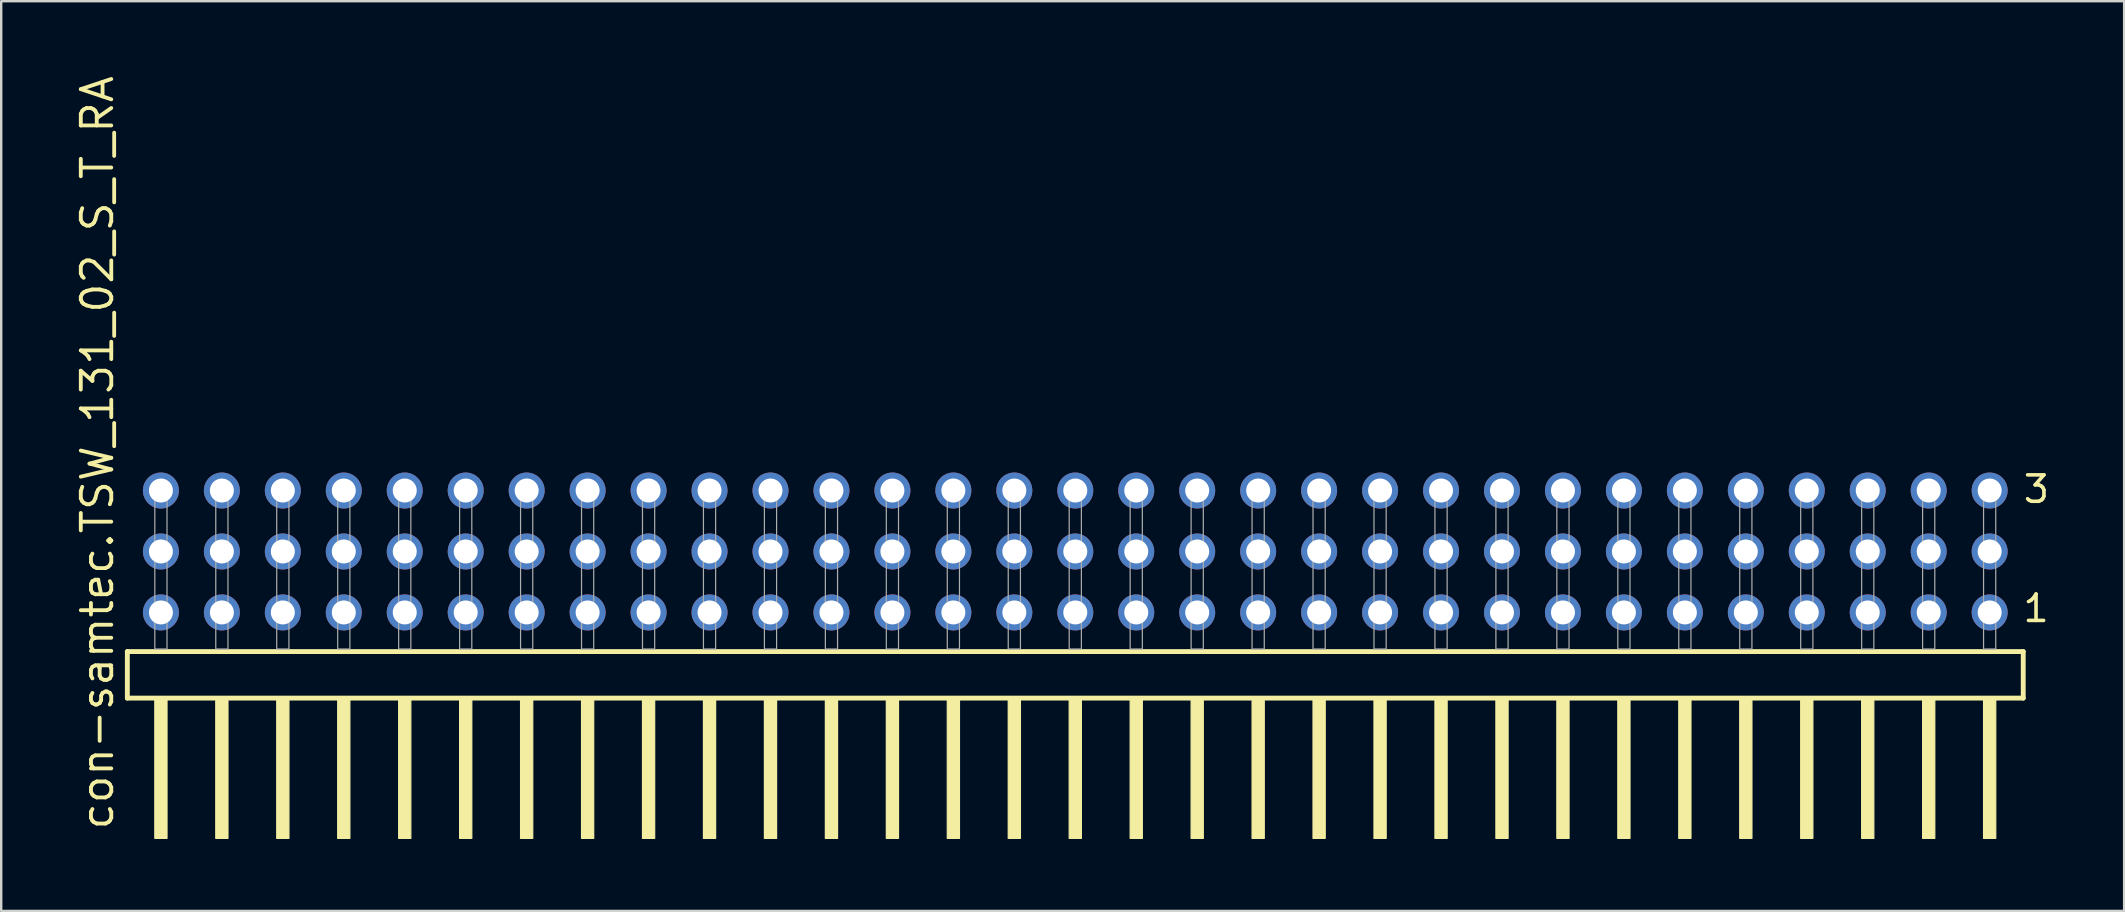
<source format=kicad_pcb>
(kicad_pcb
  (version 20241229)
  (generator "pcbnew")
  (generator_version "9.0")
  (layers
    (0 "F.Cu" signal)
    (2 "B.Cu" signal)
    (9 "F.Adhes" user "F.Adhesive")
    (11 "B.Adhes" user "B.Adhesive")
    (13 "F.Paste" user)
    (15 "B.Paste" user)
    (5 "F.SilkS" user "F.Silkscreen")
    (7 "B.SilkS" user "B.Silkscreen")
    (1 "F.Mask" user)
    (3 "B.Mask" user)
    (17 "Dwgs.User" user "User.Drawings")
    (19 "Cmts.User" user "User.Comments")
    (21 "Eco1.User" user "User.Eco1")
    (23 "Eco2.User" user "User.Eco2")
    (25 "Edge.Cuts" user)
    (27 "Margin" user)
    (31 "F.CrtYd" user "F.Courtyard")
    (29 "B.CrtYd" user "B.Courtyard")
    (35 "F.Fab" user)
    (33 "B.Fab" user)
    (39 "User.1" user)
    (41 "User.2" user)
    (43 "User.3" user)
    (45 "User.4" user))
  (footprint "con-samtec.TSW_131_02_S_T_RA"
    (layer "F.Cu")
    (at 41.755 23.993)
    (property "Reference" "con-samtec.TSW_131_02_S_T_RA" (at -40.005 7.62 90) (layer "F.SilkS") (effects (font (size 1.27 1.27) (thickness 0.16)) (justify left bottom)))
    (attr through_hole)
    (fp_line (start -39.499 0.106) (end -39.499 2.046) (stroke (width 0.203) (type default)) (layer "F.SilkS"))
    (fp_line (start -39.499 2.046) (end 39.499 2.046) (stroke (width 0.203) (type default)) (layer "F.SilkS"))
    (fp_line (start 39.499 0.106) (end -39.499 0.106) (stroke (width 0.203) (type default)) (layer "F.SilkS"))
    (fp_line (start 39.499 2.046) (end 39.499 0.106) (stroke (width 0.203) (type default)) (layer "F.SilkS"))
    (fp_rect (start -38.354 7.89) (end -37.846 2.04) (stroke (width 0.05) (type default)) (fill yes) (layer "F.SilkS"))
    (fp_rect (start -35.814 7.89) (end -35.306 2.04) (stroke (width 0.05) (type default)) (fill yes) (layer "F.SilkS"))
    (fp_rect (start -33.274 7.89) (end -32.766 2.04) (stroke (width 0.05) (type default)) (fill yes) (layer "F.SilkS"))
    (fp_rect (start -30.734 7.89) (end -30.226 2.04) (stroke (width 0.05) (type default)) (fill yes) (layer "F.SilkS"))
    (fp_rect (start -28.194 7.89) (end -27.686 2.04) (stroke (width 0.05) (type default)) (fill yes) (layer "F.SilkS"))
    (fp_rect (start -25.654 7.89) (end -25.146 2.04) (stroke (width 0.05) (type default)) (fill yes) (layer "F.SilkS"))
    (fp_rect (start -23.114 7.89) (end -22.606 2.04) (stroke (width 0.05) (type default)) (fill yes) (layer "F.SilkS"))
    (fp_rect (start -20.574 7.89) (end -20.066 2.04) (stroke (width 0.05) (type default)) (fill yes) (layer "F.SilkS"))
    (fp_rect (start -18.034 7.89) (end -17.526 2.04) (stroke (width 0.05) (type default)) (fill yes) (layer "F.SilkS"))
    (fp_rect (start -15.494 7.89) (end -14.986 2.04) (stroke (width 0.05) (type default)) (fill yes) (layer "F.SilkS"))
    (fp_rect (start -12.954 7.89) (end -12.446 2.04) (stroke (width 0.05) (type default)) (fill yes) (layer "F.SilkS"))
    (fp_rect (start -10.414 7.89) (end -9.906 2.04) (stroke (width 0.05) (type default)) (fill yes) (layer "F.SilkS"))
    (fp_rect (start -7.874 7.89) (end -7.366 2.04) (stroke (width 0.05) (type default)) (fill yes) (layer "F.SilkS"))
    (fp_rect (start -5.334 7.89) (end -4.826 2.04) (stroke (width 0.05) (type default)) (fill yes) (layer "F.SilkS"))
    (fp_rect (start -2.794 7.89) (end -2.286 2.04) (stroke (width 0.05) (type default)) (fill yes) (layer "F.SilkS"))
    (fp_rect (start -0.254 7.89) (end 0.254 2.04) (stroke (width 0.05) (type default)) (fill yes) (layer "F.SilkS"))
    (fp_rect (start 2.286 7.89) (end 2.794 2.04) (stroke (width 0.05) (type default)) (fill yes) (layer "F.SilkS"))
    (fp_rect (start 4.826 7.89) (end 5.334 2.04) (stroke (width 0.05) (type default)) (fill yes) (layer "F.SilkS"))
    (fp_rect (start 7.366 7.89) (end 7.874 2.04) (stroke (width 0.05) (type default)) (fill yes) (layer "F.SilkS"))
    (fp_rect (start 9.906 7.89) (end 10.414 2.04) (stroke (width 0.05) (type default)) (fill yes) (layer "F.SilkS"))
    (fp_rect (start 12.446 7.89) (end 12.954 2.04) (stroke (width 0.05) (type default)) (fill yes) (layer "F.SilkS"))
    (fp_rect (start 14.986 7.89) (end 15.494 2.04) (stroke (width 0.05) (type default)) (fill yes) (layer "F.SilkS"))
    (fp_rect (start 17.526 7.89) (end 18.034 2.04) (stroke (width 0.05) (type default)) (fill yes) (layer "F.SilkS"))
    (fp_rect (start 20.066 7.89) (end 20.574 2.04) (stroke (width 0.05) (type default)) (fill yes) (layer "F.SilkS"))
    (fp_rect (start 22.606 7.89) (end 23.114 2.04) (stroke (width 0.05) (type default)) (fill yes) (layer "F.SilkS"))
    (fp_rect (start 25.146 7.89) (end 25.654 2.04) (stroke (width 0.05) (type default)) (fill yes) (layer "F.SilkS"))
    (fp_rect (start 27.686 7.89) (end 28.194 2.04) (stroke (width 0.05) (type default)) (fill yes) (layer "F.SilkS"))
    (fp_rect (start 30.226 7.89) (end 30.734 2.04) (stroke (width 0.05) (type default)) (fill yes) (layer "F.SilkS"))
    (fp_rect (start 32.766 7.89) (end 33.274 2.04) (stroke (width 0.05) (type default)) (fill yes) (layer "F.SilkS"))
    (fp_rect (start 35.306 7.89) (end 35.814 2.04) (stroke (width 0.05) (type default)) (fill yes) (layer "F.SilkS"))
    (fp_rect (start 37.846 7.89) (end 38.354 2.04) (stroke (width 0.05) (type default)) (fill yes) (layer "F.SilkS"))
    (fp_rect (start -38.354 0) (end -37.846 -6.858) (stroke (width 0.05) (type default)) (fill no) (layer "F.Fab"))
    (fp_rect (start -35.814 0) (end -35.306 -6.858) (stroke (width 0.05) (type default)) (fill no) (layer "F.Fab"))
    (fp_rect (start -33.274 0) (end -32.766 -6.858) (stroke (width 0.05) (type default)) (fill no) (layer "F.Fab"))
    (fp_rect (start -30.734 0) (end -30.226 -6.858) (stroke (width 0.05) (type default)) (fill no) (layer "F.Fab"))
    (fp_rect (start -28.194 0) (end -27.686 -6.858) (stroke (width 0.05) (type default)) (fill no) (layer "F.Fab"))
    (fp_rect (start -25.654 0) (end -25.146 -6.858) (stroke (width 0.05) (type default)) (fill no) (layer "F.Fab"))
    (fp_rect (start -23.114 0) (end -22.606 -6.858) (stroke (width 0.05) (type default)) (fill no) (layer "F.Fab"))
    (fp_rect (start -20.574 0) (end -20.066 -6.858) (stroke (width 0.05) (type default)) (fill no) (layer "F.Fab"))
    (fp_rect (start -18.034 0) (end -17.526 -6.858) (stroke (width 0.05) (type default)) (fill no) (layer "F.Fab"))
    (fp_rect (start -15.494 0) (end -14.986 -6.858) (stroke (width 0.05) (type default)) (fill no) (layer "F.Fab"))
    (fp_rect (start -12.954 0) (end -12.446 -6.858) (stroke (width 0.05) (type default)) (fill no) (layer "F.Fab"))
    (fp_rect (start -10.414 0) (end -9.906 -6.858) (stroke (width 0.05) (type default)) (fill no) (layer "F.Fab"))
    (fp_rect (start -7.874 0) (end -7.366 -6.858) (stroke (width 0.05) (type default)) (fill no) (layer "F.Fab"))
    (fp_rect (start -5.334 0) (end -4.826 -6.858) (stroke (width 0.05) (type default)) (fill no) (layer "F.Fab"))
    (fp_rect (start -2.794 0) (end -2.286 -6.858) (stroke (width 0.05) (type default)) (fill no) (layer "F.Fab"))
    (fp_rect (start -0.254 0) (end 0.254 -6.858) (stroke (width 0.05) (type default)) (fill no) (layer "F.Fab"))
    (fp_rect (start 2.286 0) (end 2.794 -6.858) (stroke (width 0.05) (type default)) (fill no) (layer "F.Fab"))
    (fp_rect (start 4.826 0) (end 5.334 -6.858) (stroke (width 0.05) (type default)) (fill no) (layer "F.Fab"))
    (fp_rect (start 7.366 0) (end 7.874 -6.858) (stroke (width 0.05) (type default)) (fill no) (layer "F.Fab"))
    (fp_rect (start 9.906 0) (end 10.414 -6.858) (stroke (width 0.05) (type default)) (fill no) (layer "F.Fab"))
    (fp_rect (start 12.446 0) (end 12.954 -6.858) (stroke (width 0.05) (type default)) (fill no) (layer "F.Fab"))
    (fp_rect (start 14.986 0) (end 15.494 -6.858) (stroke (width 0.05) (type default)) (fill no) (layer "F.Fab"))
    (fp_rect (start 17.526 0) (end 18.034 -6.858) (stroke (width 0.05) (type default)) (fill no) (layer "F.Fab"))
    (fp_rect (start 20.066 0) (end 20.574 -6.858) (stroke (width 0.05) (type default)) (fill no) (layer "F.Fab"))
    (fp_rect (start 22.606 0) (end 23.114 -6.858) (stroke (width 0.05) (type default)) (fill no) (layer "F.Fab"))
    (fp_rect (start 25.146 0) (end 25.654 -6.858) (stroke (width 0.05) (type default)) (fill no) (layer "F.Fab"))
    (fp_rect (start 27.686 0) (end 28.194 -6.858) (stroke (width 0.05) (type default)) (fill no) (layer "F.Fab"))
    (fp_rect (start 30.226 0) (end 30.734 -6.858) (stroke (width 0.05) (type default)) (fill no) (layer "F.Fab"))
    (fp_rect (start 32.766 0) (end 33.274 -6.858) (stroke (width 0.05) (type default)) (fill no) (layer "F.Fab"))
    (fp_rect (start 35.306 0) (end 35.814 -6.858) (stroke (width 0.05) (type default)) (fill no) (layer "F.Fab"))
    (fp_rect (start 37.846 0) (end 38.354 -6.858) (stroke (width 0.05) (type default)) (fill no) (layer "F.Fab"))
    (fp_text user "1" (at 39.41 -1.05 0) (layer "F.SilkS") (effects (font (size 1.1 1.1) (thickness 0.15)) (justify left bottom)))
    (fp_text user "3" (at 39.425 -6.015 0) (layer "F.SilkS") (effects (font (size 1.1 1.1) (thickness 0.15)) (justify left bottom)))
    (pad "1" thru_hole circle (at 38.1 -1.524 180) (size 1.5 1.5) (drill 1) (layers "*.Cu" "*.Mask"))
    (pad "2" thru_hole circle (at 38.1 -4.064 180) (size 1.5 1.5) (drill 1) (layers "*.Cu" "*.Mask"))
    (pad "3" thru_hole circle (at 38.1 -6.604 180) (size 1.5 1.5) (drill 1) (layers "*.Cu" "*.Mask"))
    (pad "4" thru_hole circle (at 35.56 -1.524 180) (size 1.5 1.5) (drill 1) (layers "*.Cu" "*.Mask"))
    (pad "5" thru_hole circle (at 35.56 -4.064 180) (size 1.5 1.5) (drill 1) (layers "*.Cu" "*.Mask"))
    (pad "6" thru_hole circle (at 35.56 -6.604 180) (size 1.5 1.5) (drill 1) (layers "*.Cu" "*.Mask"))
    (pad "7" thru_hole circle (at 33.02 -1.524 180) (size 1.5 1.5) (drill 1) (layers "*.Cu" "*.Mask"))
    (pad "8" thru_hole circle (at 33.02 -4.064 180) (size 1.5 1.5) (drill 1) (layers "*.Cu" "*.Mask"))
    (pad "9" thru_hole circle (at 33.02 -6.604 180) (size 1.5 1.5) (drill 1) (layers "*.Cu" "*.Mask"))
    (pad "10" thru_hole circle (at 30.48 -1.524 180) (size 1.5 1.5) (drill 1) (layers "*.Cu" "*.Mask"))
    (pad "11" thru_hole circle (at 30.48 -4.064 180) (size 1.5 1.5) (drill 1) (layers "*.Cu" "*.Mask"))
    (pad "12" thru_hole circle (at 30.48 -6.604 180) (size 1.5 1.5) (drill 1) (layers "*.Cu" "*.Mask"))
    (pad "13" thru_hole circle (at 27.94 -1.524 180) (size 1.5 1.5) (drill 1) (layers "*.Cu" "*.Mask"))
    (pad "14" thru_hole circle (at 27.94 -4.064 180) (size 1.5 1.5) (drill 1) (layers "*.Cu" "*.Mask"))
    (pad "15" thru_hole circle (at 27.94 -6.604 180) (size 1.5 1.5) (drill 1) (layers "*.Cu" "*.Mask"))
    (pad "16" thru_hole circle (at 25.4 -1.524 180) (size 1.5 1.5) (drill 1) (layers "*.Cu" "*.Mask"))
    (pad "17" thru_hole circle (at 25.4 -4.064 180) (size 1.5 1.5) (drill 1) (layers "*.Cu" "*.Mask"))
    (pad "18" thru_hole circle (at 25.4 -6.604 180) (size 1.5 1.5) (drill 1) (layers "*.Cu" "*.Mask"))
    (pad "19" thru_hole circle (at 22.86 -1.524 180) (size 1.5 1.5) (drill 1) (layers "*.Cu" "*.Mask"))
    (pad "20" thru_hole circle (at 22.86 -4.064 180) (size 1.5 1.5) (drill 1) (layers "*.Cu" "*.Mask"))
    (pad "21" thru_hole circle (at 22.86 -6.604 180) (size 1.5 1.5) (drill 1) (layers "*.Cu" "*.Mask"))
    (pad "22" thru_hole circle (at 20.32 -1.524 180) (size 1.5 1.5) (drill 1) (layers "*.Cu" "*.Mask"))
    (pad "23" thru_hole circle (at 20.32 -4.064 180) (size 1.5 1.5) (drill 1) (layers "*.Cu" "*.Mask"))
    (pad "24" thru_hole circle (at 20.32 -6.604 180) (size 1.5 1.5) (drill 1) (layers "*.Cu" "*.Mask"))
    (pad "25" thru_hole circle (at 17.78 -1.524 180) (size 1.5 1.5) (drill 1) (layers "*.Cu" "*.Mask"))
    (pad "26" thru_hole circle (at 17.78 -4.064 180) (size 1.5 1.5) (drill 1) (layers "*.Cu" "*.Mask"))
    (pad "27" thru_hole circle (at 17.78 -6.604 180) (size 1.5 1.5) (drill 1) (layers "*.Cu" "*.Mask"))
    (pad "28" thru_hole circle (at 15.24 -1.524 180) (size 1.5 1.5) (drill 1) (layers "*.Cu" "*.Mask"))
    (pad "29" thru_hole circle (at 15.24 -4.064 180) (size 1.5 1.5) (drill 1) (layers "*.Cu" "*.Mask"))
    (pad "30" thru_hole circle (at 15.24 -6.604 180) (size 1.5 1.5) (drill 1) (layers "*.Cu" "*.Mask"))
    (pad "31" thru_hole circle (at 12.7 -1.524 180) (size 1.5 1.5) (drill 1) (layers "*.Cu" "*.Mask"))
    (pad "32" thru_hole circle (at 12.7 -4.064 180) (size 1.5 1.5) (drill 1) (layers "*.Cu" "*.Mask"))
    (pad "33" thru_hole circle (at 12.7 -6.604 180) (size 1.5 1.5) (drill 1) (layers "*.Cu" "*.Mask"))
    (pad "34" thru_hole circle (at 10.16 -1.524 180) (size 1.5 1.5) (drill 1) (layers "*.Cu" "*.Mask"))
    (pad "35" thru_hole circle (at 10.16 -4.064 180) (size 1.5 1.5) (drill 1) (layers "*.Cu" "*.Mask"))
    (pad "36" thru_hole circle (at 10.16 -6.604 180) (size 1.5 1.5) (drill 1) (layers "*.Cu" "*.Mask"))
    (pad "37" thru_hole circle (at 7.62 -1.524 180) (size 1.5 1.5) (drill 1) (layers "*.Cu" "*.Mask"))
    (pad "38" thru_hole circle (at 7.62 -4.064 180) (size 1.5 1.5) (drill 1) (layers "*.Cu" "*.Mask"))
    (pad "39" thru_hole circle (at 7.62 -6.604 180) (size 1.5 1.5) (drill 1) (layers "*.Cu" "*.Mask"))
    (pad "40" thru_hole circle (at 5.08 -1.524 180) (size 1.5 1.5) (drill 1) (layers "*.Cu" "*.Mask"))
    (pad "41" thru_hole circle (at 5.08 -4.064 180) (size 1.5 1.5) (drill 1) (layers "*.Cu" "*.Mask"))
    (pad "42" thru_hole circle (at 5.08 -6.604 180) (size 1.5 1.5) (drill 1) (layers "*.Cu" "*.Mask"))
    (pad "43" thru_hole circle (at 2.54 -1.524 180) (size 1.5 1.5) (drill 1) (layers "*.Cu" "*.Mask"))
    (pad "44" thru_hole circle (at 2.54 -4.064 180) (size 1.5 1.5) (drill 1) (layers "*.Cu" "*.Mask"))
    (pad "45" thru_hole circle (at 2.54 -6.604 180) (size 1.5 1.5) (drill 1) (layers "*.Cu" "*.Mask"))
    (pad "46" thru_hole circle (at 0 -1.524 180) (size 1.5 1.5) (drill 1) (layers "*.Cu" "*.Mask"))
    (pad "47" thru_hole circle (at 0 -4.064 180) (size 1.5 1.5) (drill 1) (layers "*.Cu" "*.Mask"))
    (pad "48" thru_hole circle (at 0 -6.604 180) (size 1.5 1.5) (drill 1) (layers "*.Cu" "*.Mask"))
    (pad "49" thru_hole circle (at -2.54 -1.524 180) (size 1.5 1.5) (drill 1) (layers "*.Cu" "*.Mask"))
    (pad "50" thru_hole circle (at -2.54 -4.064 180) (size 1.5 1.5) (drill 1) (layers "*.Cu" "*.Mask"))
    (pad "51" thru_hole circle (at -2.54 -6.604 180) (size 1.5 1.5) (drill 1) (layers "*.Cu" "*.Mask"))
    (pad "52" thru_hole circle (at -5.08 -1.524 180) (size 1.5 1.5) (drill 1) (layers "*.Cu" "*.Mask"))
    (pad "53" thru_hole circle (at -5.08 -4.064 180) (size 1.5 1.5) (drill 1) (layers "*.Cu" "*.Mask"))
    (pad "54" thru_hole circle (at -5.08 -6.604 180) (size 1.5 1.5) (drill 1) (layers "*.Cu" "*.Mask"))
    (pad "55" thru_hole circle (at -7.62 -1.524 180) (size 1.5 1.5) (drill 1) (layers "*.Cu" "*.Mask"))
    (pad "56" thru_hole circle (at -7.62 -4.064 180) (size 1.5 1.5) (drill 1) (layers "*.Cu" "*.Mask"))
    (pad "57" thru_hole circle (at -7.62 -6.604 180) (size 1.5 1.5) (drill 1) (layers "*.Cu" "*.Mask"))
    (pad "58" thru_hole circle (at -10.16 -1.524 180) (size 1.5 1.5) (drill 1) (layers "*.Cu" "*.Mask"))
    (pad "59" thru_hole circle (at -10.16 -4.064 180) (size 1.5 1.5) (drill 1) (layers "*.Cu" "*.Mask"))
    (pad "60" thru_hole circle (at -10.16 -6.604 180) (size 1.5 1.5) (drill 1) (layers "*.Cu" "*.Mask"))
    (pad "61" thru_hole circle (at -12.7 -1.524 180) (size 1.5 1.5) (drill 1) (layers "*.Cu" "*.Mask"))
    (pad "62" thru_hole circle (at -12.7 -4.064 180) (size 1.5 1.5) (drill 1) (layers "*.Cu" "*.Mask"))
    (pad "63" thru_hole circle (at -12.7 -6.604 180) (size 1.5 1.5) (drill 1) (layers "*.Cu" "*.Mask"))
    (pad "64" thru_hole circle (at -15.24 -1.524 180) (size 1.5 1.5) (drill 1) (layers "*.Cu" "*.Mask"))
    (pad "65" thru_hole circle (at -15.24 -4.064 180) (size 1.5 1.5) (drill 1) (layers "*.Cu" "*.Mask"))
    (pad "66" thru_hole circle (at -15.24 -6.604 180) (size 1.5 1.5) (drill 1) (layers "*.Cu" "*.Mask"))
    (pad "67" thru_hole circle (at -17.78 -1.524 180) (size 1.5 1.5) (drill 1) (layers "*.Cu" "*.Mask"))
    (pad "68" thru_hole circle (at -17.78 -4.064 180) (size 1.5 1.5) (drill 1) (layers "*.Cu" "*.Mask"))
    (pad "69" thru_hole circle (at -17.78 -6.604 180) (size 1.5 1.5) (drill 1) (layers "*.Cu" "*.Mask"))
    (pad "70" thru_hole circle (at -20.32 -1.524 180) (size 1.5 1.5) (drill 1) (layers "*.Cu" "*.Mask"))
    (pad "71" thru_hole circle (at -20.32 -4.064 180) (size 1.5 1.5) (drill 1) (layers "*.Cu" "*.Mask"))
    (pad "72" thru_hole circle (at -20.32 -6.604 180) (size 1.5 1.5) (drill 1) (layers "*.Cu" "*.Mask"))
    (pad "73" thru_hole circle (at -22.86 -1.524 180) (size 1.5 1.5) (drill 1) (layers "*.Cu" "*.Mask"))
    (pad "74" thru_hole circle (at -22.86 -4.064 180) (size 1.5 1.5) (drill 1) (layers "*.Cu" "*.Mask"))
    (pad "75" thru_hole circle (at -22.86 -6.604 180) (size 1.5 1.5) (drill 1) (layers "*.Cu" "*.Mask"))
    (pad "76" thru_hole circle (at -25.4 -1.524 180) (size 1.5 1.5) (drill 1) (layers "*.Cu" "*.Mask"))
    (pad "77" thru_hole circle (at -25.4 -4.064 180) (size 1.5 1.5) (drill 1) (layers "*.Cu" "*.Mask"))
    (pad "78" thru_hole circle (at -25.4 -6.604 180) (size 1.5 1.5) (drill 1) (layers "*.Cu" "*.Mask"))
    (pad "79" thru_hole circle (at -27.94 -1.524 180) (size 1.5 1.5) (drill 1) (layers "*.Cu" "*.Mask"))
    (pad "80" thru_hole circle (at -27.94 -4.064 180) (size 1.5 1.5) (drill 1) (layers "*.Cu" "*.Mask"))
    (pad "81" thru_hole circle (at -27.94 -6.604 180) (size 1.5 1.5) (drill 1) (layers "*.Cu" "*.Mask"))
    (pad "82" thru_hole circle (at -30.48 -1.524 180) (size 1.5 1.5) (drill 1) (layers "*.Cu" "*.Mask"))
    (pad "83" thru_hole circle (at -30.48 -4.064 180) (size 1.5 1.5) (drill 1) (layers "*.Cu" "*.Mask"))
    (pad "84" thru_hole circle (at -30.48 -6.604 180) (size 1.5 1.5) (drill 1) (layers "*.Cu" "*.Mask"))
    (pad "85" thru_hole circle (at -33.02 -1.524 180) (size 1.5 1.5) (drill 1) (layers "*.Cu" "*.Mask"))
    (pad "86" thru_hole circle (at -33.02 -4.064 180) (size 1.5 1.5) (drill 1) (layers "*.Cu" "*.Mask"))
    (pad "87" thru_hole circle (at -33.02 -6.604 180) (size 1.5 1.5) (drill 1) (layers "*.Cu" "*.Mask"))
    (pad "88" thru_hole circle (at -35.56 -1.524 180) (size 1.5 1.5) (drill 1) (layers "*.Cu" "*.Mask"))
    (pad "89" thru_hole circle (at -35.56 -4.064 180) (size 1.5 1.5) (drill 1) (layers "*.Cu" "*.Mask"))
    (pad "90" thru_hole circle (at -35.56 -6.604 180) (size 1.5 1.5) (drill 1) (layers "*.Cu" "*.Mask"))
    (pad "91" thru_hole circle (at -38.1 -1.524 180) (size 1.5 1.5) (drill 1) (layers "*.Cu" "*.Mask"))
    (pad "92" thru_hole circle (at -38.1 -4.064 180) (size 1.5 1.5) (drill 1) (layers "*.Cu" "*.Mask"))
    (pad "93" thru_hole circle (at -38.1 -6.604 180) (size 1.5 1.5) (drill 1) (layers "*.Cu" "*.Mask")))
  (gr_rect
    (start -3 -3)
    (end 85.458 34.908)
    (stroke (width 0.1) (type default))
    (fill no)
    (layer "Edge.Cuts")))
</source>
